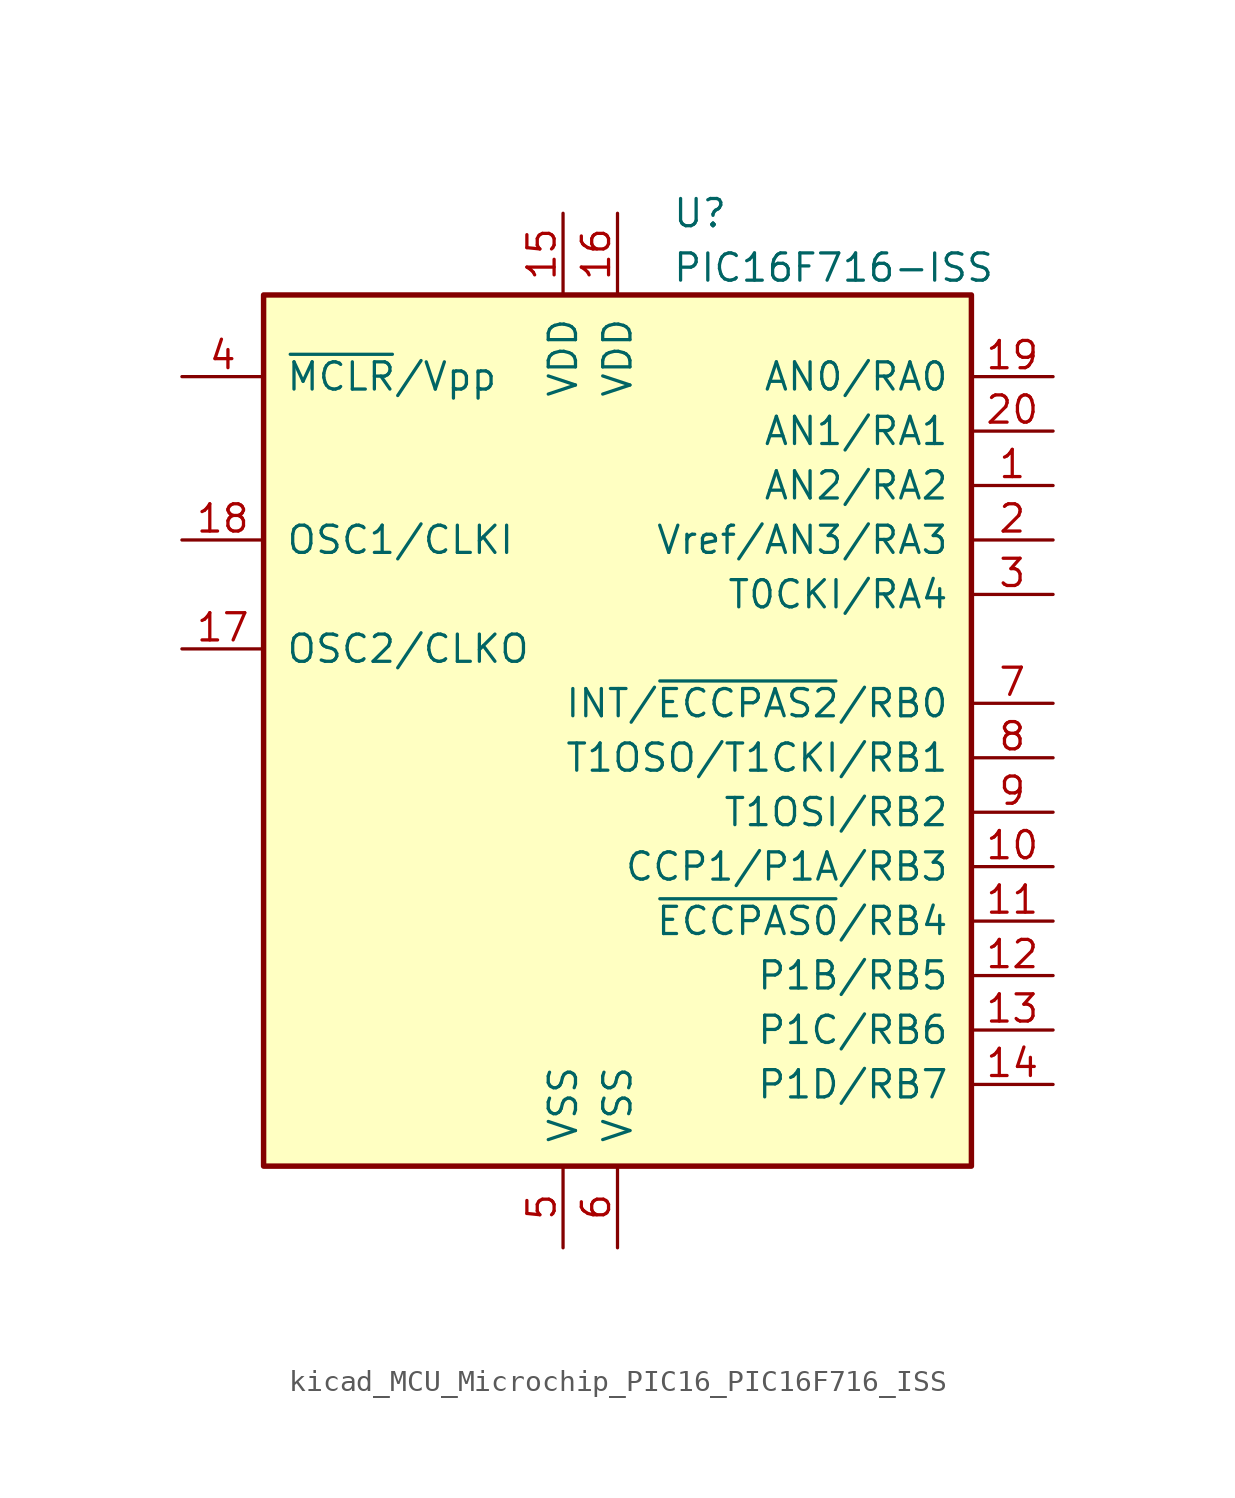
<source format=kicad_sym>
(kicad_symbol_lib
  (version 20220914)
  (generator kicad_symbol_editor)
  (symbol "kicad_MCU_Microchip_PIC16_PIC16F716_ISS"
    (pin_names
      (offset 1.016))
    (property "Reference" "U"
      (at 2.54 22.86 0)
      (effects (font (size 1.27 1.27)) (justify left)))
    (property "Value" "PIC16F716-ISS"
      (at 2.54 20.32 0)
      (effects (font (size 1.27 1.27)) (justify left)))
    (symbol "kicad_MCU_Microchip_PIC16_PIC16F716_ISS_0_1"
      (rectangle (start -16.51 19.05) (end 16.51 -21.59) (stroke (width 0.254) (type default)) (fill (type background))))
    (symbol "kicad_MCU_Microchip_PIC16_PIC16F716_ISS_1_1"
      (pin bidirectional line (at 20.32 10.16 180) (length 3.81) (name "AN2/RA2" (effects (font (size 1.27 1.27)))) (number "1" (effects (font (size 1.27 1.27)))))
      (pin bidirectional line (at 20.32 -7.62 180) (length 3.81) (name "CCP1/P1A/RB3" (effects (font (size 1.27 1.27)))) (number "10" (effects (font (size 1.27 1.27)))))
      (pin bidirectional line (at 20.32 -10.16 180) (length 3.81) (name "~{ECCPAS0}/RB4" (effects (font (size 1.27 1.27)))) (number "11" (effects (font (size 1.27 1.27)))))
      (pin bidirectional line (at 20.32 -12.7 180) (length 3.81) (name "P1B/RB5" (effects (font (size 1.27 1.27)))) (number "12" (effects (font (size 1.27 1.27)))))
      (pin bidirectional line (at 20.32 -15.24 180) (length 3.81) (name "P1C/RB6" (effects (font (size 1.27 1.27)))) (number "13" (effects (font (size 1.27 1.27)))))
      (pin bidirectional line (at 20.32 -17.78 180) (length 3.81) (name "P1D/RB7" (effects (font (size 1.27 1.27)))) (number "14" (effects (font (size 1.27 1.27)))))
      (pin power_in line (at -2.54 22.86 270) (length 3.81) (name "VDD" (effects (font (size 1.27 1.27)))) (number "15" (effects (font (size 1.27 1.27)))))
      (pin power_in line (at 0 22.86 270) (length 3.81) (name "VDD" (effects (font (size 1.27 1.27)))) (number "16" (effects (font (size 1.27 1.27)))))
      (pin output line (at -20.32 2.54 0) (length 3.81) (name "OSC2/CLKO" (effects (font (size 1.27 1.27)))) (number "17" (effects (font (size 1.27 1.27)))))
      (pin input line (at -20.32 7.62 0) (length 3.81) (name "OSC1/CLKI" (effects (font (size 1.27 1.27)))) (number "18" (effects (font (size 1.27 1.27)))))
      (pin bidirectional line (at 20.32 15.24 180) (length 3.81) (name "AN0/RA0" (effects (font (size 1.27 1.27)))) (number "19" (effects (font (size 1.27 1.27)))))
      (pin bidirectional line (at 20.32 7.62 180) (length 3.81) (name "Vref/AN3/RA3" (effects (font (size 1.27 1.27)))) (number "2" (effects (font (size 1.27 1.27)))))
      (pin bidirectional line (at 20.32 12.7 180) (length 3.81) (name "AN1/RA1" (effects (font (size 1.27 1.27)))) (number "20" (effects (font (size 1.27 1.27)))))
      (pin output line (at 20.32 5.08 180) (length 3.81) (name "T0CKI/RA4" (effects (font (size 1.27 1.27)))) (number "3" (effects (font (size 1.27 1.27)))))
      (pin input line (at -20.32 15.24 0) (length 3.81) (name "~{MCLR}/Vpp" (effects (font (size 1.27 1.27)))) (number "4" (effects (font (size 1.27 1.27)))))
      (pin power_in line (at -2.54 -25.4 90) (length 3.81) (name "VSS" (effects (font (size 1.27 1.27)))) (number "5" (effects (font (size 1.27 1.27)))))
      (pin power_in line (at 0 -25.4 90) (length 3.81) (name "VSS" (effects (font (size 1.27 1.27)))) (number "6" (effects (font (size 1.27 1.27)))))
      (pin bidirectional line (at 20.32 0 180) (length 3.81) (name "INT/~{ECCPAS2}/RB0" (effects (font (size 1.27 1.27)))) (number "7" (effects (font (size 1.27 1.27)))))
      (pin bidirectional line (at 20.32 -2.54 180) (length 3.81) (name "T1OSO/T1CKI/RB1" (effects (font (size 1.27 1.27)))) (number "8" (effects (font (size 1.27 1.27)))))
      (pin bidirectional line (at 20.32 -5.08 180) (length 3.81) (name "T1OSI/RB2" (effects (font (size 1.27 1.27)))) (number "9" (effects (font (size 1.27 1.27))))))))
</source>
